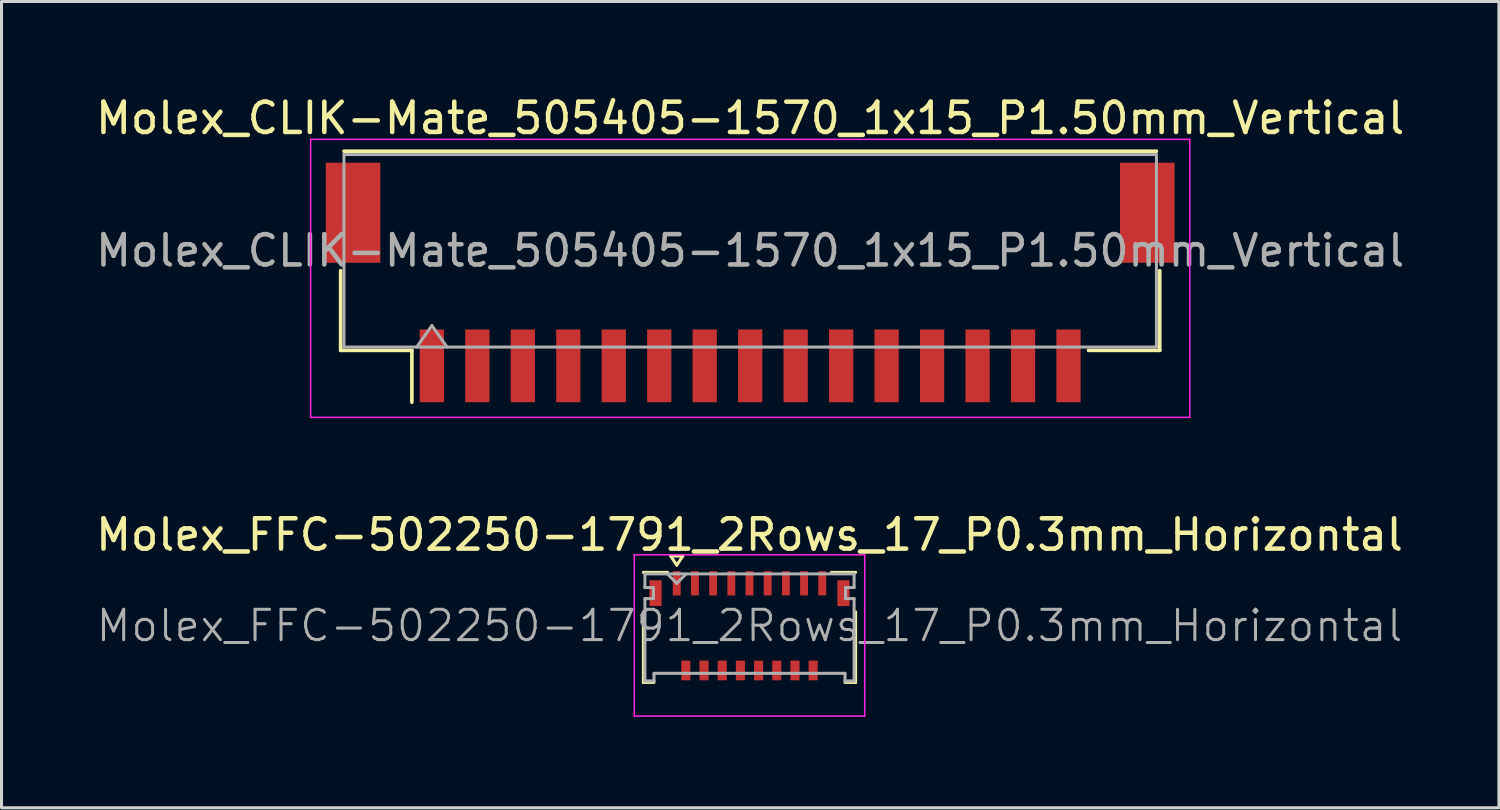
<source format=kicad_pcb>
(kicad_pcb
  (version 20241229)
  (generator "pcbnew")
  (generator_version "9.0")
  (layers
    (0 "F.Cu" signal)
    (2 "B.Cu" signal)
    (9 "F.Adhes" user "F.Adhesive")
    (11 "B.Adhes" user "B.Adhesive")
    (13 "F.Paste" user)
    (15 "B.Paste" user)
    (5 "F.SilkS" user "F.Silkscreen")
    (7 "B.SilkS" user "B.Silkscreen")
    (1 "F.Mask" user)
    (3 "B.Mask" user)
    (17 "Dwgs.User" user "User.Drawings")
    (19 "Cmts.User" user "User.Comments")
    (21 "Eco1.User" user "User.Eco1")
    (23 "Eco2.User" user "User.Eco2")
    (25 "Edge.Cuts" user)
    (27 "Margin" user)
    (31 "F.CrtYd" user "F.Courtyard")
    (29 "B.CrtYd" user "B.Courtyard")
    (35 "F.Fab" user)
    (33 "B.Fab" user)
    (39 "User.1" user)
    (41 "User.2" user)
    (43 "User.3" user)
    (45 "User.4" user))
  (footprint "Molex_FFC-502250-1791_2Rows_17_P0.3mm_Horizontal"
    (layer "F.Cu")
    (at 21.673 17.591)
    (property "Reference" "Molex_FFC-502250-1791_2Rows_17_P0.3mm_Horizontal" (at 0 -3 0) (layer "F.SilkS") (effects (font (size 1 1) (thickness 0.15))))
    (attr smd)
    (fp_line (start -3.5 -1.76) (end -2.7 -1.76) (stroke (width 0.1) (type solid)) (layer "F.SilkS"))
    (fp_line (start -3.5 -0.46) (end -3.5 1.87) (stroke (width 0.1) (type solid)) (layer "F.SilkS"))
    (fp_line (start -3.5 1.87) (end -3.15 1.87) (stroke (width 0.1) (type solid)) (layer "F.SilkS"))
    (fp_line (start -2.6 -2.3) (end -2.2 -2.3) (stroke (width 0.1) (type solid)) (layer "F.SilkS"))
    (fp_line (start -2.4 -2) (end -2.6 -2.3) (stroke (width 0.1) (type solid)) (layer "F.SilkS"))
    (fp_line (start -2.2 -2.3) (end -2.4 -2) (stroke (width 0.1) (type solid)) (layer "F.SilkS"))
    (fp_line (start 3.5 -1.76) (end 2.7 -1.76) (stroke (width 0.1) (type solid)) (layer "F.SilkS"))
    (fp_line (start 3.5 -0.46) (end 3.5 1.87) (stroke (width 0.1) (type solid)) (layer "F.SilkS"))
    (fp_line (start 3.5 1.87) (end 3.15 1.87) (stroke (width 0.1) (type solid)) (layer "F.SilkS"))
    (fp_line (start -3.8 -2.34) (end 3.8 -2.34) (stroke (width 0.05) (type solid)) (layer "F.CrtYd"))
    (fp_line (start -3.8 2.98) (end -3.8 -2.34) (stroke (width 0.05) (type solid)) (layer "F.CrtYd"))
    (fp_line (start 3.8 -2.34) (end 3.8 2.98) (stroke (width 0.05) (type solid)) (layer "F.CrtYd"))
    (fp_line (start 3.8 2.98) (end -3.8 2.98) (stroke (width 0.05) (type solid)) (layer "F.CrtYd"))
    (fp_line (start -3.45 -1.71) (end -3.45 -1.26) (stroke (width 0.1) (type solid)) (layer "F.Fab"))
    (fp_line (start -3.45 -1.26) (end -3.17 -1.26) (stroke (width 0.1) (type solid)) (layer "F.Fab"))
    (fp_line (start -3.45 -0.895) (end -3.45 1.82) (stroke (width 0.1) (type solid)) (layer "F.Fab"))
    (fp_line (start -3.45 1.82) (end -3.15 1.82) (stroke (width 0.1) (type solid)) (layer "F.Fab"))
    (fp_line (start -3.17 -1.26) (end -3.17 -0.895) (stroke (width 0.1) (type solid)) (layer "F.Fab"))
    (fp_line (start -3.17 -0.895) (end -3.45 -0.895) (stroke (width 0.1) (type solid)) (layer "F.Fab"))
    (fp_line (start -3.15 1.57) (end 3.15 1.57) (stroke (width 0.1) (type solid)) (layer "F.Fab"))
    (fp_line (start -3.15 1.82) (end -3.15 1.57) (stroke (width 0.1) (type solid)) (layer "F.Fab"))
    (fp_line (start -2.7 -1.7) (end -2.4 -1.4) (stroke (width 0.1) (type solid)) (layer "F.Fab"))
    (fp_line (start -2.4 -1.4) (end -2.1 -1.7) (stroke (width 0.1) (type solid)) (layer "F.Fab"))
    (fp_line (start 3.15 1.57) (end 3.15 1.82) (stroke (width 0.1) (type solid)) (layer "F.Fab"))
    (fp_line (start 3.15 1.82) (end 3.45 1.82) (stroke (width 0.1) (type solid)) (layer "F.Fab"))
    (fp_line (start 3.17 -1.26) (end 3.45 -1.26) (stroke (width 0.1) (type solid)) (layer "F.Fab"))
    (fp_line (start 3.17 -0.895) (end 3.17 -1.26) (stroke (width 0.1) (type solid)) (layer "F.Fab"))
    (fp_line (start 3.45 -1.71) (end -3.45 -1.71) (stroke (width 0.1) (type solid)) (layer "F.Fab"))
    (fp_line (start 3.45 -1.26) (end 3.45 -1.71) (stroke (width 0.1) (type solid)) (layer "F.Fab"))
    (fp_line (start 3.45 -0.895) (end 3.17 -0.895) (stroke (width 0.1) (type solid)) (layer "F.Fab"))
    (fp_line (start 3.45 1.82) (end 3.45 -0.895) (stroke (width 0.1) (type solid)) (layer "F.Fab"))
    (fp_text user "${REFERENCE}" (at 0 0 0) (layer "F.Fab") (effects (font (size 1 1) (thickness 0.1))))
    (pad "" smd rect (at -3.1 -1.075) (size 0.4 0.85) (layers "F.Cu" "F.Mask" "F.Paste"))
    (pad "" smd rect (at 3.1 -1.075) (size 0.4 0.85) (layers "F.Cu" "F.Mask" "F.Paste"))
    (pad "1" smd rect (at -2.4 -1.4) (size 0.26 0.8) (layers "F.Cu" "F.Mask" "F.Paste"))
    (pad "2" smd rect (at -2.1 1.475) (size 0.3 0.65) (layers "F.Cu" "F.Mask" "F.Paste"))
    (pad "3" smd rect (at -1.8 -1.4) (size 0.26 0.8) (layers "F.Cu" "F.Mask" "F.Paste"))
    (pad "4" smd rect (at -1.5 1.475) (size 0.3 0.65) (layers "F.Cu" "F.Mask" "F.Paste"))
    (pad "5" smd rect (at -1.2 -1.4) (size 0.26 0.8) (layers "F.Cu" "F.Mask" "F.Paste"))
    (pad "6" smd rect (at -0.9 1.475) (size 0.3 0.65) (layers "F.Cu" "F.Mask" "F.Paste"))
    (pad "7" smd rect (at -0.6 -1.4) (size 0.26 0.8) (layers "F.Cu" "F.Mask" "F.Paste"))
    (pad "8" smd rect (at -0.3 1.475) (size 0.3 0.65) (layers "F.Cu" "F.Mask" "F.Paste"))
    (pad "9" smd rect (at 0 -1.4) (size 0.26 0.8) (layers "F.Cu" "F.Mask" "F.Paste"))
    (pad "10" smd rect (at 0.3 1.475) (size 0.3 0.65) (layers "F.Cu" "F.Mask" "F.Paste"))
    (pad "11" smd rect (at 0.6 -1.4) (size 0.26 0.8) (layers "F.Cu" "F.Mask" "F.Paste"))
    (pad "12" smd rect (at 0.9 1.475) (size 0.3 0.65) (layers "F.Cu" "F.Mask" "F.Paste"))
    (pad "13" smd rect (at 1.2 -1.4) (size 0.26 0.8) (layers "F.Cu" "F.Mask" "F.Paste"))
    (pad "14" smd rect (at 1.5 1.475) (size 0.3 0.65) (layers "F.Cu" "F.Mask" "F.Paste"))
    (pad "15" smd rect (at 1.8 -1.4) (size 0.26 0.8) (layers "F.Cu" "F.Mask" "F.Paste"))
    (pad "16" smd rect (at 2.1 1.475) (size 0.3 0.65) (layers "F.Cu" "F.Mask" "F.Paste"))
    (pad "17" smd rect (at 2.4 -1.4) (size 0.26 0.8) (layers "F.Cu" "F.Mask" "F.Paste")))
  (footprint "Molex_CLIK-Mate_505405-1570_1x15_P1.50mm_Vertical"
    (layer "F.Cu")
    (at 21.696 6.268)
    (property "Reference" "Molex_CLIK-Mate_505405-1570_1x15_P1.50mm_Vertical" (at 0 -5.42 0) (layer "F.SilkS") (effects (font (size 1 1) (thickness 0.15))))
    (attr smd)
    (fp_line (start -13.51 -0.39) (end -13.51 2.24) (stroke (width 0.12) (type solid)) (layer "F.SilkS"))
    (fp_line (start -13.51 2.24) (end -11.16 2.24) (stroke (width 0.12) (type solid)) (layer "F.SilkS"))
    (fp_line (start -13.4 -4.33) (end 13.4 -4.33) (stroke (width 0.12) (type solid)) (layer "F.SilkS"))
    (fp_line (start -11.16 2.24) (end -11.16 3.95) (stroke (width 0.12) (type solid)) (layer "F.SilkS"))
    (fp_line (start 13.51 -0.39) (end 13.51 2.24) (stroke (width 0.12) (type solid)) (layer "F.SilkS"))
    (fp_line (start 13.51 2.24) (end 11.16 2.24) (stroke (width 0.12) (type solid)) (layer "F.SilkS"))
    (fp_line (start -14.5 -4.72) (end -14.5 4.45) (stroke (width 0.05) (type solid)) (layer "F.CrtYd"))
    (fp_line (start -14.5 4.45) (end 14.5 4.45) (stroke (width 0.05) (type solid)) (layer "F.CrtYd"))
    (fp_line (start 14.5 -4.72) (end -14.5 -4.72) (stroke (width 0.05) (type solid)) (layer "F.CrtYd"))
    (fp_line (start 14.5 4.45) (end 14.5 -4.72) (stroke (width 0.05) (type solid)) (layer "F.CrtYd"))
    (fp_line (start -13.4 -4.22) (end 13.4 -4.22) (stroke (width 0.1) (type solid)) (layer "F.Fab"))
    (fp_line (start -13.4 2.13) (end -13.4 -4.22) (stroke (width 0.1) (type solid)) (layer "F.Fab"))
    (fp_line (start -13.4 2.13) (end 13.4 2.13) (stroke (width 0.1) (type solid)) (layer "F.Fab"))
    (fp_line (start -11 2.13) (end -10.5 1.423) (stroke (width 0.1) (type solid)) (layer "F.Fab"))
    (fp_line (start -10.5 1.423) (end -10 2.13) (stroke (width 0.1) (type solid)) (layer "F.Fab"))
    (fp_line (start 13.4 2.13) (end 13.4 -4.22) (stroke (width 0.1) (type solid)) (layer "F.Fab"))
    (fp_text user "${REFERENCE}" (at 0 -1.05 0) (layer "F.Fab") (effects (font (size 1 1) (thickness 0.15))))
    (pad "" smd rect (at -13.1 -2.3) (size 1.8 3.3) (layers "F.Cu" "F.Mask" "F.Paste"))
    (pad "" smd rect (at 13.1 -2.3) (size 1.8 3.3) (layers "F.Cu" "F.Mask" "F.Paste"))
    (pad "1" smd rect (at -10.5 2.75) (size 0.8 2.4) (layers "F.Cu" "F.Mask" "F.Paste"))
    (pad "2" smd rect (at -9 2.75) (size 0.8 2.4) (layers "F.Cu" "F.Mask" "F.Paste"))
    (pad "3" smd rect (at -7.5 2.75) (size 0.8 2.4) (layers "F.Cu" "F.Mask" "F.Paste"))
    (pad "4" smd rect (at -6 2.75) (size 0.8 2.4) (layers "F.Cu" "F.Mask" "F.Paste"))
    (pad "5" smd rect (at -4.5 2.75) (size 0.8 2.4) (layers "F.Cu" "F.Mask" "F.Paste"))
    (pad "6" smd rect (at -3 2.75) (size 0.8 2.4) (layers "F.Cu" "F.Mask" "F.Paste"))
    (pad "7" smd rect (at -1.5 2.75) (size 0.8 2.4) (layers "F.Cu" "F.Mask" "F.Paste"))
    (pad "8" smd rect (at 0 2.75) (size 0.8 2.4) (layers "F.Cu" "F.Mask" "F.Paste"))
    (pad "9" smd rect (at 1.5 2.75) (size 0.8 2.4) (layers "F.Cu" "F.Mask" "F.Paste"))
    (pad "10" smd rect (at 3 2.75) (size 0.8 2.4) (layers "F.Cu" "F.Mask" "F.Paste"))
    (pad "11" smd rect (at 4.5 2.75) (size 0.8 2.4) (layers "F.Cu" "F.Mask" "F.Paste"))
    (pad "12" smd rect (at 6 2.75) (size 0.8 2.4) (layers "F.Cu" "F.Mask" "F.Paste"))
    (pad "13" smd rect (at 7.5 2.75) (size 0.8 2.4) (layers "F.Cu" "F.Mask" "F.Paste"))
    (pad "14" smd rect (at 9 2.75) (size 0.8 2.4) (layers "F.Cu" "F.Mask" "F.Paste"))
    (pad "15" smd rect (at 10.5 2.75) (size 0.8 2.4) (layers "F.Cu" "F.Mask" "F.Paste")))
  (gr_rect
    (start -3 -3)
    (end 46.393 23.596)
    (stroke (width 0.1) (type default))
    (fill no)
    (layer "Edge.Cuts")))
</source>
